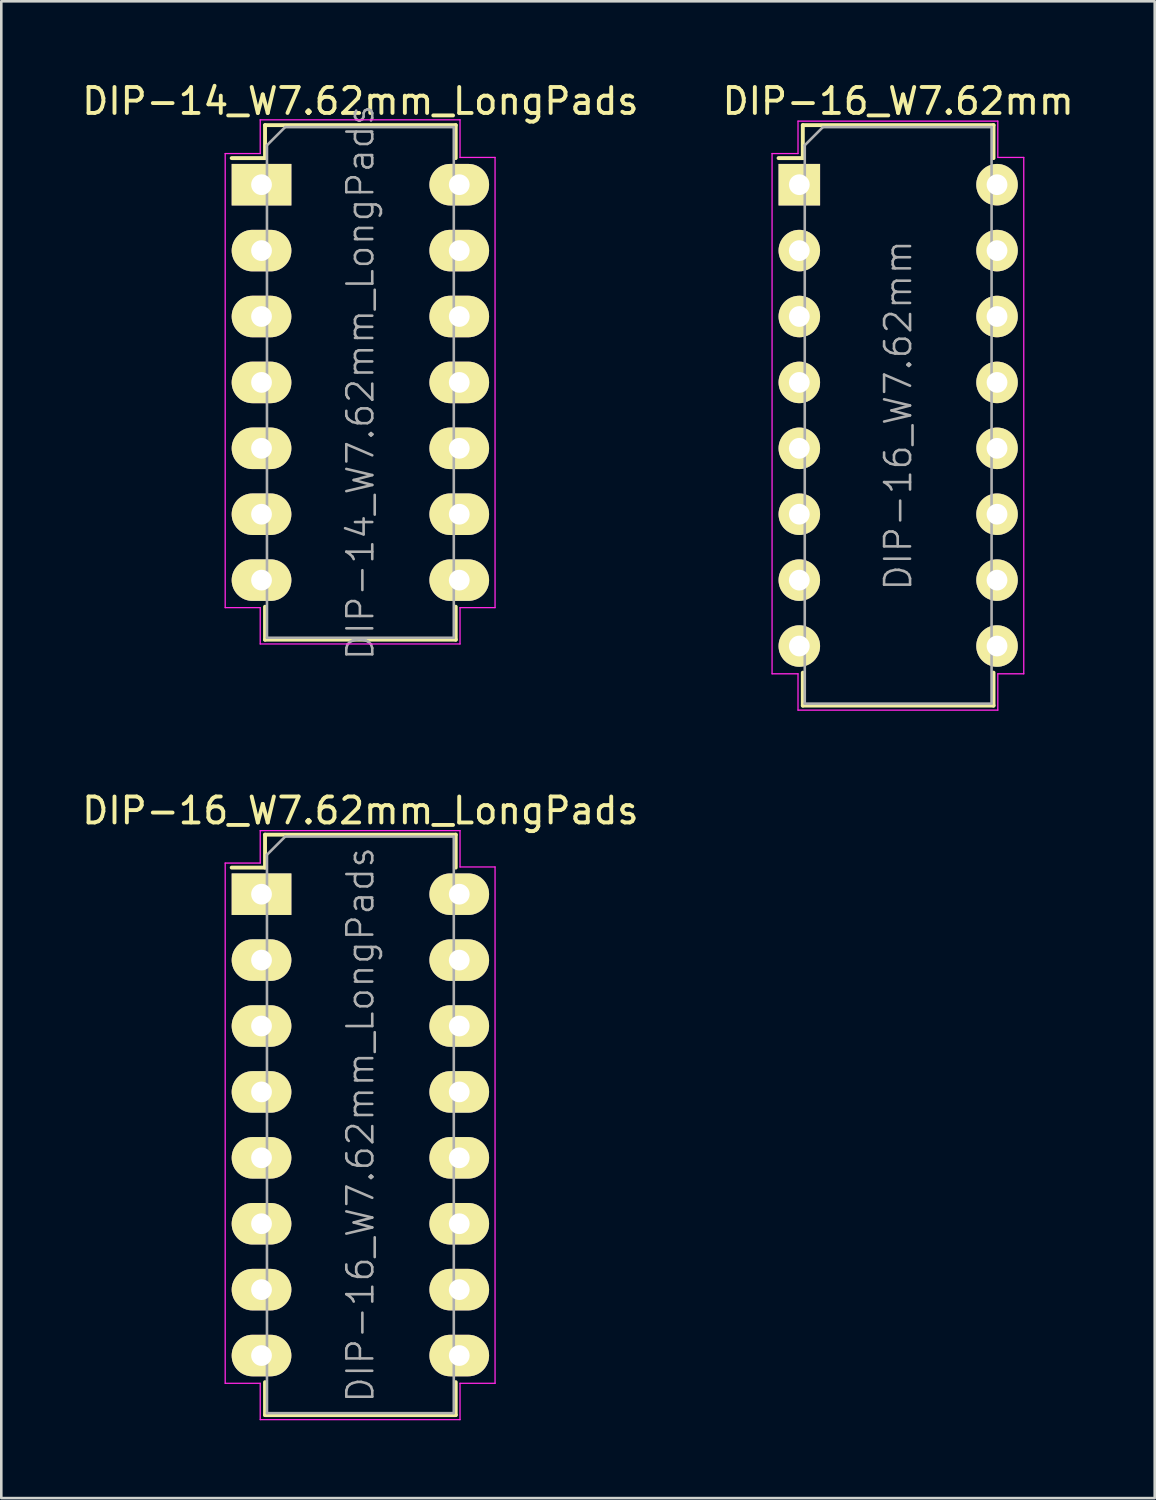
<source format=kicad_pcb>
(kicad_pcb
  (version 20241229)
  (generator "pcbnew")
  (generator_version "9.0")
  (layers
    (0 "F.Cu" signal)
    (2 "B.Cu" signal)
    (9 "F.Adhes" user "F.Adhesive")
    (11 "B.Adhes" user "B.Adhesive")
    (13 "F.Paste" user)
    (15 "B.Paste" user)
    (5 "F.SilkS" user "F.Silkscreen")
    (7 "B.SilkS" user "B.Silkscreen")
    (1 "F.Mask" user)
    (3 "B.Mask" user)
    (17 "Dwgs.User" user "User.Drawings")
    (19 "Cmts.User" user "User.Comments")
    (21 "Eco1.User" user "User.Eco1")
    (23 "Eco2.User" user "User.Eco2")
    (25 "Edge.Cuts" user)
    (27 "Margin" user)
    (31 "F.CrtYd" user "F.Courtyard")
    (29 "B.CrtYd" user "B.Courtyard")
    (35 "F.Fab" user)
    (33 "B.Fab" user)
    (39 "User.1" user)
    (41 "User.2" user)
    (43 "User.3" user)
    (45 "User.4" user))
  (footprint "DIP-16_W7.62mm_LongPads"
    (layer "F.Cu")
    (at 7.029 31.412)
    (property "Reference" "DIP-16_W7.62mm_LongPads" (at 3.81 -3.22 0) (layer "F.SilkS") (effects (font (size 1 1) (thickness 0.15))))
    (attr smd)
    (fp_line (start 0.135 -2.295) (end 0.135 -1.025) (stroke (width 0.15) (type solid)) (layer "F.SilkS"))
    (fp_line (start 0.135 -2.295) (end 7.485 -2.295) (stroke (width 0.15) (type solid)) (layer "F.SilkS"))
    (fp_line (start 0.135 -1.025) (end -1.15 -1.025) (stroke (width 0.15) (type solid)) (layer "F.SilkS"))
    (fp_line (start 0.135 20.075) (end 0.135 18.805) (stroke (width 0.15) (type solid)) (layer "F.SilkS"))
    (fp_line (start 0.135 20.075) (end 7.485 20.075) (stroke (width 0.15) (type solid)) (layer "F.SilkS"))
    (fp_line (start 7.485 -2.295) (end 7.485 -1.025) (stroke (width 0.15) (type solid)) (layer "F.SilkS"))
    (fp_line (start 7.485 20.075) (end 7.485 18.805) (stroke (width 0.15) (type solid)) (layer "F.SilkS"))
    (fp_line (start -1.4 -1.2) (end -1.4 18.85) (stroke (width 0.05) (type solid)) (layer "F.CrtYd"))
    (fp_line (start -1.4 -1.2) (end -0.05 -1.2) (stroke (width 0.05) (type solid)) (layer "F.CrtYd"))
    (fp_line (start -1.4 18.85) (end -0.05 18.85) (stroke (width 0.05) (type solid)) (layer "F.CrtYd"))
    (fp_line (start -0.05 -2.45) (end -0.05 -1.2) (stroke (width 0.05) (type solid)) (layer "F.CrtYd"))
    (fp_line (start -0.05 20.25) (end -0.05 18.85) (stroke (width 0.05) (type solid)) (layer "F.CrtYd"))
    (fp_line (start 7.65 -2.45) (end -0.05 -2.45) (stroke (width 0.05) (type solid)) (layer "F.CrtYd"))
    (fp_line (start 7.65 -2.45) (end 7.65 -1.05) (stroke (width 0.05) (type solid)) (layer "F.CrtYd"))
    (fp_line (start 7.65 20.25) (end -0.05 20.25) (stroke (width 0.05) (type solid)) (layer "F.CrtYd"))
    (fp_line (start 7.65 20.25) (end 7.65 18.85) (stroke (width 0.05) (type solid)) (layer "F.CrtYd"))
    (fp_line (start 9 -1.05) (end 7.65 -1.05) (stroke (width 0.05) (type solid)) (layer "F.CrtYd"))
    (fp_line (start 9 -1.05) (end 9 18.85) (stroke (width 0.05) (type solid)) (layer "F.CrtYd"))
    (fp_line (start 9 18.85) (end 7.65 18.85) (stroke (width 0.05) (type solid)) (layer "F.CrtYd"))
    (fp_line (start 0.21 -1.52) (end 0.91 -2.22) (stroke (width 0.1) (type solid)) (layer "F.Fab"))
    (fp_line (start 0.21 20) (end 0.21 -1.52) (stroke (width 0.1) (type solid)) (layer "F.Fab"))
    (fp_line (start 7.41 -2.22) (end 0.91 -2.22) (stroke (width 0.1) (type solid)) (layer "F.Fab"))
    (fp_line (start 7.41 20) (end 0.21 20) (stroke (width 0.1) (type solid)) (layer "F.Fab"))
    (fp_line (start 7.41 20) (end 7.41 -2.22) (stroke (width 0.1) (type solid)) (layer "F.Fab"))
    (fp_text user "${REFERENCE}" (at 3.81 8.89 90) (layer "F.Fab") (effects (font (size 1 1) (thickness 0.1))))
    (pad "1" thru_hole rect (at 0 0) (size 2.3 1.6) (drill 0.8) (layers "*.Cu" "*.Mask" "F.SilkS"))
    (pad "2" thru_hole oval (at 0 2.54) (size 2.3 1.6) (drill 0.8) (layers "*.Cu" "*.Mask" "F.SilkS"))
    (pad "3" thru_hole oval (at 0 5.08) (size 2.3 1.6) (drill 0.8) (layers "*.Cu" "*.Mask" "F.SilkS"))
    (pad "4" thru_hole oval (at 0 7.62) (size 2.3 1.6) (drill 0.8) (layers "*.Cu" "*.Mask" "F.SilkS"))
    (pad "5" thru_hole oval (at 0 10.16) (size 2.3 1.6) (drill 0.8) (layers "*.Cu" "*.Mask" "F.SilkS"))
    (pad "6" thru_hole oval (at 0 12.7) (size 2.3 1.6) (drill 0.8) (layers "*.Cu" "*.Mask" "F.SilkS"))
    (pad "7" thru_hole oval (at 0 15.24) (size 2.3 1.6) (drill 0.8) (layers "*.Cu" "*.Mask" "F.SilkS"))
    (pad "8" thru_hole oval (at 0 17.78) (size 2.3 1.6) (drill 0.8) (layers "*.Cu" "*.Mask" "F.SilkS"))
    (pad "9" thru_hole oval (at 7.62 17.78) (size 2.3 1.6) (drill 0.8) (layers "*.Cu" "*.Mask" "F.SilkS"))
    (pad "10" thru_hole oval (at 7.62 15.24) (size 2.3 1.6) (drill 0.8) (layers "*.Cu" "*.Mask" "F.SilkS"))
    (pad "11" thru_hole oval (at 7.62 12.7) (size 2.3 1.6) (drill 0.8) (layers "*.Cu" "*.Mask" "F.SilkS"))
    (pad "12" thru_hole oval (at 7.62 10.16) (size 2.3 1.6) (drill 0.8) (layers "*.Cu" "*.Mask" "F.SilkS"))
    (pad "13" thru_hole oval (at 7.62 7.62) (size 2.3 1.6) (drill 0.8) (layers "*.Cu" "*.Mask" "F.SilkS"))
    (pad "14" thru_hole oval (at 7.62 5.08) (size 2.3 1.6) (drill 0.8) (layers "*.Cu" "*.Mask" "F.SilkS"))
    (pad "15" thru_hole oval (at 7.62 2.54) (size 2.3 1.6) (drill 0.8) (layers "*.Cu" "*.Mask" "F.SilkS"))
    (pad "16" thru_hole oval (at 7.62 0) (size 2.3 1.6) (drill 0.8) (layers "*.Cu" "*.Mask" "F.SilkS")))
  (footprint "DIP-16_W7.62mm"
    (layer "F.Cu")
    (at 27.755 4.068)
    (property "Reference" "DIP-16_W7.62mm" (at 3.81 -3.22 0) (layer "F.SilkS") (effects (font (size 1 1) (thickness 0.15))))
    (attr smd)
    (fp_line (start 0.135 -2.295) (end 0.135 -1.025) (stroke (width 0.15) (type solid)) (layer "F.SilkS"))
    (fp_line (start 0.135 -2.295) (end 7.485 -2.295) (stroke (width 0.15) (type solid)) (layer "F.SilkS"))
    (fp_line (start 0.135 -1.025) (end -0.8 -1.025) (stroke (width 0.15) (type solid)) (layer "F.SilkS"))
    (fp_line (start 0.135 20.075) (end 0.135 18.805) (stroke (width 0.15) (type solid)) (layer "F.SilkS"))
    (fp_line (start 0.135 20.075) (end 7.485 20.075) (stroke (width 0.15) (type solid)) (layer "F.SilkS"))
    (fp_line (start 7.485 -2.295) (end 7.485 -1.025) (stroke (width 0.15) (type solid)) (layer "F.SilkS"))
    (fp_line (start 7.485 20.075) (end 7.485 18.805) (stroke (width 0.15) (type solid)) (layer "F.SilkS"))
    (fp_line (start -1.05 -1.2) (end -1.05 18.85) (stroke (width 0.05) (type solid)) (layer "F.CrtYd"))
    (fp_line (start -1.05 -1.2) (end -0.05 -1.2) (stroke (width 0.05) (type solid)) (layer "F.CrtYd"))
    (fp_line (start -1.05 18.85) (end -0.05 18.85) (stroke (width 0.05) (type solid)) (layer "F.CrtYd"))
    (fp_line (start -0.05 -2.45) (end -0.05 -1.2) (stroke (width 0.05) (type solid)) (layer "F.CrtYd"))
    (fp_line (start -0.05 20.25) (end -0.05 18.85) (stroke (width 0.05) (type solid)) (layer "F.CrtYd"))
    (fp_line (start 7.65 -2.45) (end -0.05 -2.45) (stroke (width 0.05) (type solid)) (layer "F.CrtYd"))
    (fp_line (start 7.65 -2.45) (end 7.65 -1.05) (stroke (width 0.05) (type solid)) (layer "F.CrtYd"))
    (fp_line (start 7.65 20.25) (end -0.05 20.25) (stroke (width 0.05) (type solid)) (layer "F.CrtYd"))
    (fp_line (start 7.65 20.25) (end 7.65 18.85) (stroke (width 0.05) (type solid)) (layer "F.CrtYd"))
    (fp_line (start 8.65 -1.05) (end 7.65 -1.05) (stroke (width 0.05) (type solid)) (layer "F.CrtYd"))
    (fp_line (start 8.65 -1.05) (end 8.65 18.85) (stroke (width 0.05) (type solid)) (layer "F.CrtYd"))
    (fp_line (start 8.65 18.85) (end 7.65 18.85) (stroke (width 0.05) (type solid)) (layer "F.CrtYd"))
    (fp_line (start 0.21 -1.52) (end 0.91 -2.22) (stroke (width 0.1) (type solid)) (layer "F.Fab"))
    (fp_line (start 0.21 20) (end 0.21 -1.52) (stroke (width 0.1) (type solid)) (layer "F.Fab"))
    (fp_line (start 7.41 -2.22) (end 0.91 -2.22) (stroke (width 0.1) (type solid)) (layer "F.Fab"))
    (fp_line (start 7.41 20) (end 0.21 20) (stroke (width 0.1) (type solid)) (layer "F.Fab"))
    (fp_line (start 7.41 20) (end 7.41 -2.22) (stroke (width 0.1) (type solid)) (layer "F.Fab"))
    (fp_text user "${REFERENCE}" (at 3.81 8.89 90) (layer "F.Fab") (effects (font (size 1 1) (thickness 0.1))))
    (pad "1" thru_hole rect (at 0 0) (size 1.6 1.6) (drill 0.8) (layers "*.Cu" "*.Mask" "F.SilkS"))
    (pad "2" thru_hole oval (at 0 2.54) (size 1.6 1.6) (drill 0.8) (layers "*.Cu" "*.Mask" "F.SilkS"))
    (pad "3" thru_hole oval (at 0 5.08) (size 1.6 1.6) (drill 0.8) (layers "*.Cu" "*.Mask" "F.SilkS"))
    (pad "4" thru_hole oval (at 0 7.62) (size 1.6 1.6) (drill 0.8) (layers "*.Cu" "*.Mask" "F.SilkS"))
    (pad "5" thru_hole oval (at 0 10.16) (size 1.6 1.6) (drill 0.8) (layers "*.Cu" "*.Mask" "F.SilkS"))
    (pad "6" thru_hole oval (at 0 12.7) (size 1.6 1.6) (drill 0.8) (layers "*.Cu" "*.Mask" "F.SilkS"))
    (pad "7" thru_hole oval (at 0 15.24) (size 1.6 1.6) (drill 0.8) (layers "*.Cu" "*.Mask" "F.SilkS"))
    (pad "8" thru_hole oval (at 0 17.78) (size 1.6 1.6) (drill 0.8) (layers "*.Cu" "*.Mask" "F.SilkS"))
    (pad "9" thru_hole oval (at 7.62 17.78) (size 1.6 1.6) (drill 0.8) (layers "*.Cu" "*.Mask" "F.SilkS"))
    (pad "10" thru_hole oval (at 7.62 15.24) (size 1.6 1.6) (drill 0.8) (layers "*.Cu" "*.Mask" "F.SilkS"))
    (pad "11" thru_hole oval (at 7.62 12.7) (size 1.6 1.6) (drill 0.8) (layers "*.Cu" "*.Mask" "F.SilkS"))
    (pad "12" thru_hole oval (at 7.62 10.16) (size 1.6 1.6) (drill 0.8) (layers "*.Cu" "*.Mask" "F.SilkS"))
    (pad "13" thru_hole oval (at 7.62 7.62) (size 1.6 1.6) (drill 0.8) (layers "*.Cu" "*.Mask" "F.SilkS"))
    (pad "14" thru_hole oval (at 7.62 5.08) (size 1.6 1.6) (drill 0.8) (layers "*.Cu" "*.Mask" "F.SilkS"))
    (pad "15" thru_hole oval (at 7.62 2.54) (size 1.6 1.6) (drill 0.8) (layers "*.Cu" "*.Mask" "F.SilkS"))
    (pad "16" thru_hole oval (at 7.62 0) (size 1.6 1.6) (drill 0.8) (layers "*.Cu" "*.Mask" "F.SilkS")))
  (footprint "DIP-14_W7.62mm_LongPads"
    (layer "F.Cu")
    (at 7.029 4.068)
    (property "Reference" "DIP-14_W7.62mm_LongPads" (at 3.81 -3.22 0) (layer "F.SilkS") (effects (font (size 1 1) (thickness 0.15))))
    (attr smd)
    (fp_line (start 0.135 -2.295) (end 0.135 -1.025) (stroke (width 0.15) (type solid)) (layer "F.SilkS"))
    (fp_line (start 0.135 -2.295) (end 7.485 -2.295) (stroke (width 0.15) (type solid)) (layer "F.SilkS"))
    (fp_line (start 0.135 -1.025) (end -1.15 -1.025) (stroke (width 0.15) (type solid)) (layer "F.SilkS"))
    (fp_line (start 0.135 17.535) (end 0.135 16.265) (stroke (width 0.15) (type solid)) (layer "F.SilkS"))
    (fp_line (start 0.135 17.535) (end 7.485 17.535) (stroke (width 0.15) (type solid)) (layer "F.SilkS"))
    (fp_line (start 7.485 -2.295) (end 7.485 -1.025) (stroke (width 0.15) (type solid)) (layer "F.SilkS"))
    (fp_line (start 7.485 17.535) (end 7.485 16.265) (stroke (width 0.15) (type solid)) (layer "F.SilkS"))
    (fp_line (start -1.4 -1.2) (end -1.4 16.3) (stroke (width 0.05) (type solid)) (layer "F.CrtYd"))
    (fp_line (start -1.4 -1.2) (end -0.05 -1.2) (stroke (width 0.05) (type solid)) (layer "F.CrtYd"))
    (fp_line (start -1.4 16.3) (end -0.05 16.3) (stroke (width 0.05) (type solid)) (layer "F.CrtYd"))
    (fp_line (start -0.05 -2.5) (end -0.05 -1.2) (stroke (width 0.05) (type solid)) (layer "F.CrtYd"))
    (fp_line (start -0.05 17.7) (end -0.05 16.3) (stroke (width 0.05) (type solid)) (layer "F.CrtYd"))
    (fp_line (start 7.65 -2.5) (end -0.05 -2.5) (stroke (width 0.05) (type solid)) (layer "F.CrtYd"))
    (fp_line (start 7.65 -2.5) (end 7.65 -1.05) (stroke (width 0.05) (type solid)) (layer "F.CrtYd"))
    (fp_line (start 7.65 17.7) (end -0.05 17.7) (stroke (width 0.05) (type solid)) (layer "F.CrtYd"))
    (fp_line (start 7.65 17.7) (end 7.65 16.3) (stroke (width 0.05) (type solid)) (layer "F.CrtYd"))
    (fp_line (start 9 -1.05) (end 7.65 -1.05) (stroke (width 0.05) (type solid)) (layer "F.CrtYd"))
    (fp_line (start 9 -1.05) (end 9 16.3) (stroke (width 0.05) (type solid)) (layer "F.CrtYd"))
    (fp_line (start 9 16.3) (end 7.65 16.3) (stroke (width 0.05) (type solid)) (layer "F.CrtYd"))
    (fp_line (start 0.21 -1.52) (end 0.91 -2.22) (stroke (width 0.1) (type solid)) (layer "F.Fab"))
    (fp_line (start 0.21 17.46) (end 0.21 -1.52) (stroke (width 0.1) (type solid)) (layer "F.Fab"))
    (fp_line (start 7.41 -2.22) (end 0.91 -2.22) (stroke (width 0.1) (type solid)) (layer "F.Fab"))
    (fp_line (start 7.41 17.46) (end 0.21 17.46) (stroke (width 0.1) (type solid)) (layer "F.Fab"))
    (fp_line (start 7.41 17.46) (end 7.41 -2.22) (stroke (width 0.1) (type solid)) (layer "F.Fab"))
    (fp_text user "${REFERENCE}" (at 3.81 7.62 90) (layer "F.Fab") (effects (font (size 1 1) (thickness 0.1))))
    (pad "1" thru_hole rect (at 0 0) (size 2.3 1.6) (drill 0.8) (layers "*.Cu" "*.Mask" "F.SilkS"))
    (pad "2" thru_hole oval (at 0 2.54) (size 2.3 1.6) (drill 0.8) (layers "*.Cu" "*.Mask" "F.SilkS"))
    (pad "3" thru_hole oval (at 0 5.08) (size 2.3 1.6) (drill 0.8) (layers "*.Cu" "*.Mask" "F.SilkS"))
    (pad "4" thru_hole oval (at 0 7.62) (size 2.3 1.6) (drill 0.8) (layers "*.Cu" "*.Mask" "F.SilkS"))
    (pad "5" thru_hole oval (at 0 10.16) (size 2.3 1.6) (drill 0.8) (layers "*.Cu" "*.Mask" "F.SilkS"))
    (pad "6" thru_hole oval (at 0 12.7) (size 2.3 1.6) (drill 0.8) (layers "*.Cu" "*.Mask" "F.SilkS"))
    (pad "7" thru_hole oval (at 0 15.24) (size 2.3 1.6) (drill 0.8) (layers "*.Cu" "*.Mask" "F.SilkS"))
    (pad "8" thru_hole oval (at 7.62 15.24) (size 2.3 1.6) (drill 0.8) (layers "*.Cu" "*.Mask" "F.SilkS"))
    (pad "9" thru_hole oval (at 7.62 12.7) (size 2.3 1.6) (drill 0.8) (layers "*.Cu" "*.Mask" "F.SilkS"))
    (pad "10" thru_hole oval (at 7.62 10.16) (size 2.3 1.6) (drill 0.8) (layers "*.Cu" "*.Mask" "F.SilkS"))
    (pad "11" thru_hole oval (at 7.62 7.62) (size 2.3 1.6) (drill 0.8) (layers "*.Cu" "*.Mask" "F.SilkS"))
    (pad "12" thru_hole oval (at 7.62 5.08) (size 2.3 1.6) (drill 0.8) (layers "*.Cu" "*.Mask" "F.SilkS"))
    (pad "13" thru_hole oval (at 7.62 2.54) (size 2.3 1.6) (drill 0.8) (layers "*.Cu" "*.Mask" "F.SilkS"))
    (pad "14" thru_hole oval (at 7.62 0) (size 2.3 1.6) (drill 0.8) (layers "*.Cu" "*.Mask" "F.SilkS")))
  (gr_rect
    (start -3 -3)
    (end 41.452 54.687)
    (stroke (width 0.1) (type default))
    (fill no)
    (layer "Edge.Cuts")))
</source>
